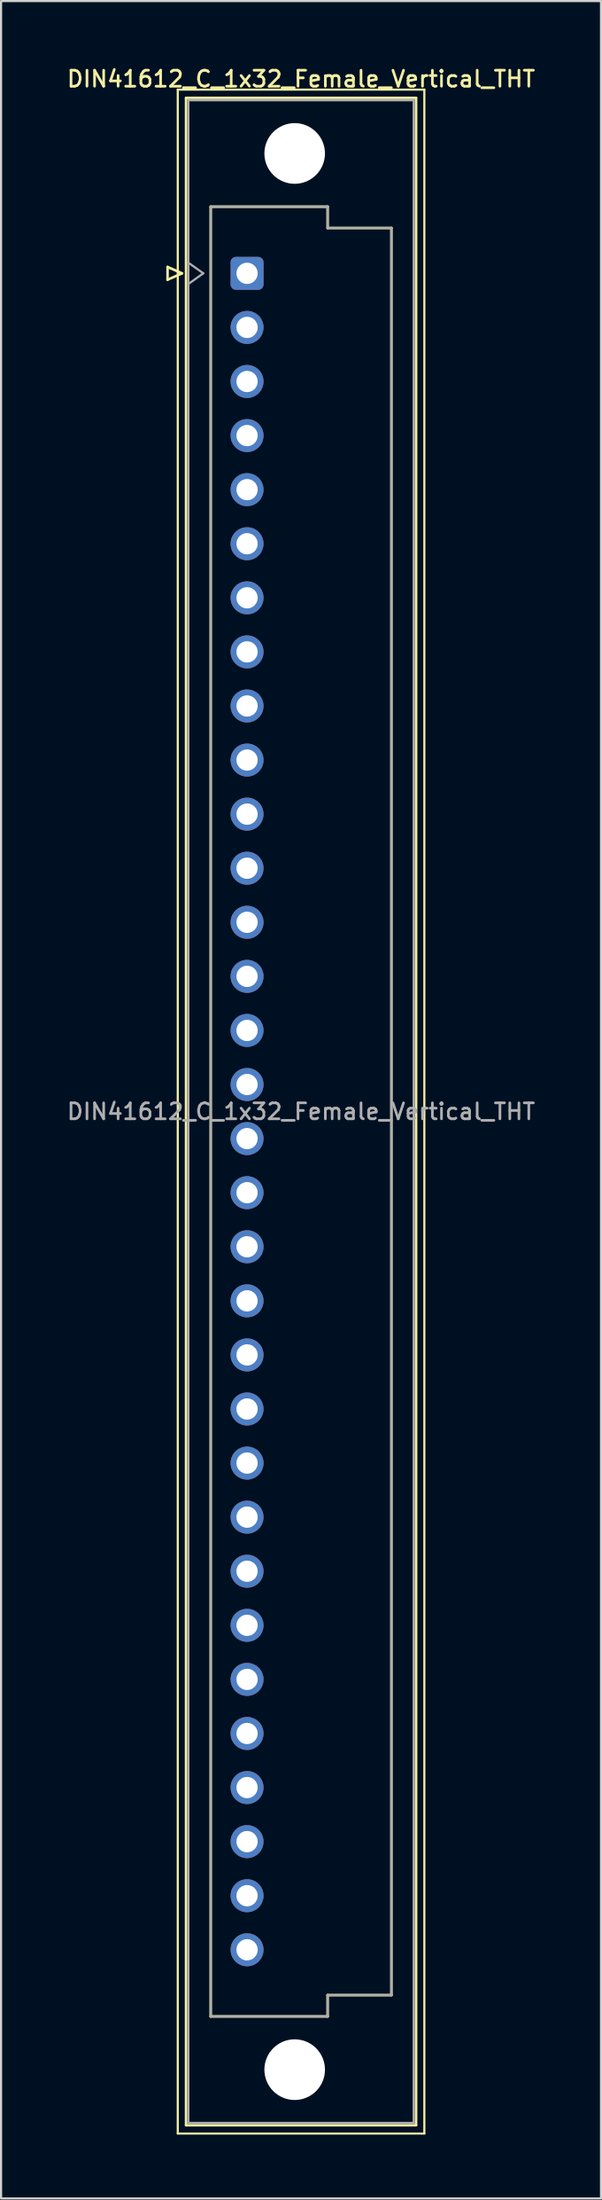
<source format=kicad_pcb>
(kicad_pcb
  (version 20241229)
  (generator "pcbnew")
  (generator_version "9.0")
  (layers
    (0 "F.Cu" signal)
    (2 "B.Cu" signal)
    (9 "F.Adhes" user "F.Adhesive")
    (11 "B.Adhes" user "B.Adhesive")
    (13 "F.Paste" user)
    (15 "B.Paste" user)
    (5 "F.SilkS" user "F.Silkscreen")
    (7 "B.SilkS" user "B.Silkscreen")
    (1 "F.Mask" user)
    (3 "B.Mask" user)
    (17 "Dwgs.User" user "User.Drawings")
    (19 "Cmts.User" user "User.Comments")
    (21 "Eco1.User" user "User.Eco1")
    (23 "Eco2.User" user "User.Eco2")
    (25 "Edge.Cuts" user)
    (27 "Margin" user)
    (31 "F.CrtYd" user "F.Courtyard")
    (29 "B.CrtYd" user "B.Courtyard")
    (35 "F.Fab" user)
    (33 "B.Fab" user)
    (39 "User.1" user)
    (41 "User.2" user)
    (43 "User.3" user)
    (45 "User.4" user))
  (footprint "DIN41612_C_1x32_Female_Vertical_THT"
    (layer "F.Cu")
    (at 8.573 9.788)
    (property "Reference" "DIN41612_C_1x32_Female_Vertical_THT" (at 2.54 -9.13 0) (layer "F.SilkS") (effects (font (size 0.75 0.75) (thickness 0.125))))
    (attr through_hole)
    (fp_line (start -3.74 -0.3) (end -3.74 0.3) (stroke (width 0.12) (type solid)) (layer "F.SilkS"))
    (fp_line (start -3.74 0.3) (end -3.06 0) (stroke (width 0.12) (type solid)) (layer "F.SilkS"))
    (fp_line (start -3.26 -8.63) (end 8.34 -8.63) (stroke (width 0.1) (type solid)) (layer "F.SilkS"))
    (fp_line (start -3.26 87.37) (end -3.26 -8.63) (stroke (width 0.1) (type solid)) (layer "F.SilkS"))
    (fp_line (start -3.06 0) (end -3.74 -0.3) (stroke (width 0.12) (type solid)) (layer "F.SilkS"))
    (fp_line (start -2.87 -8.24) (end 7.95 -8.24) (stroke (width 0.12) (type solid)) (layer "F.SilkS"))
    (fp_line (start -2.87 86.98) (end -2.87 -8.24) (stroke (width 0.12) (type solid)) (layer "F.SilkS"))
    (fp_line (start -1.71 -3.131) (end 3.79 -3.131) (stroke (width 0.12) (type solid)) (layer "F.SilkS"))
    (fp_line (start -1.71 81.87) (end -1.71 -3.131) (stroke (width 0.12) (type solid)) (layer "F.SilkS"))
    (fp_line (start 3.79 -3.131) (end 3.79 -2.131) (stroke (width 0.12) (type solid)) (layer "F.SilkS"))
    (fp_line (start 3.79 -2.131) (end 6.79 -2.131) (stroke (width 0.12) (type solid)) (layer "F.SilkS"))
    (fp_line (start 3.79 80.87) (end 3.79 81.87) (stroke (width 0.12) (type solid)) (layer "F.SilkS"))
    (fp_line (start 3.79 81.87) (end -1.71 81.87) (stroke (width 0.12) (type solid)) (layer "F.SilkS"))
    (fp_line (start 6.79 -2.131) (end 6.79 80.87) (stroke (width 0.12) (type solid)) (layer "F.SilkS"))
    (fp_line (start 6.79 80.87) (end 3.79 80.87) (stroke (width 0.12) (type solid)) (layer "F.SilkS"))
    (fp_line (start 7.95 -8.24) (end 7.95 86.98) (stroke (width 0.12) (type solid)) (layer "F.SilkS"))
    (fp_line (start 7.95 86.98) (end -2.87 86.98) (stroke (width 0.12) (type solid)) (layer "F.SilkS"))
    (fp_line (start 8.34 -8.63) (end 8.34 87.37) (stroke (width 0.1) (type solid)) (layer "F.SilkS"))
    (fp_line (start 8.34 87.37) (end -3.26 87.37) (stroke (width 0.1) (type solid)) (layer "F.SilkS"))
    (fp_line (start -2.76 -8.13) (end 7.84 -8.13) (stroke (width 0.1) (type solid)) (layer "F.Fab"))
    (fp_line (start -2.76 -0.5) (end -2.06 0) (stroke (width 0.1) (type solid)) (layer "F.Fab"))
    (fp_line (start -2.76 86.87) (end -2.76 -8.13) (stroke (width 0.1) (type solid)) (layer "F.Fab"))
    (fp_line (start -2.06 0) (end -2.76 0.5) (stroke (width 0.1) (type solid)) (layer "F.Fab"))
    (fp_line (start -1.71 -3.13) (end 3.79 -3.13) (stroke (width 0.1) (type solid)) (layer "F.Fab"))
    (fp_line (start -1.71 81.87) (end -1.71 -3.13) (stroke (width 0.1) (type solid)) (layer "F.Fab"))
    (fp_line (start 3.79 -3.13) (end 3.79 -2.13) (stroke (width 0.1) (type solid)) (layer "F.Fab"))
    (fp_line (start 3.79 -2.13) (end 6.79 -2.13) (stroke (width 0.1) (type solid)) (layer "F.Fab"))
    (fp_line (start 3.79 80.87) (end 3.79 81.87) (stroke (width 0.1) (type solid)) (layer "F.Fab"))
    (fp_line (start 3.79 81.87) (end -1.71 81.87) (stroke (width 0.1) (type solid)) (layer "F.Fab"))
    (fp_line (start 6.79 -2.13) (end 6.79 80.87) (stroke (width 0.1) (type solid)) (layer "F.Fab"))
    (fp_line (start 6.79 80.87) (end 3.79 80.87) (stroke (width 0.1) (type solid)) (layer "F.Fab"))
    (fp_line (start 7.84 -8.13) (end 7.84 86.87) (stroke (width 0.1) (type solid)) (layer "F.Fab"))
    (fp_line (start 7.84 86.87) (end -2.76 86.87) (stroke (width 0.1) (type solid)) (layer "F.Fab"))
    (fp_text user "${REFERENCE}" (at 2.54 39.37 0) (layer "F.Fab") (effects (font (size 0.75 0.75) (thickness 0.125))))
    (pad "" np_thru_hole circle (at 2.24 -5.63) (size 2.85 2.85) (drill 2.85) (layers "*.Cu" "*.Mask"))
    (pad "" np_thru_hole circle (at 2.24 84.37) (size 2.85 2.85) (drill 2.85) (layers "*.Cu" "*.Mask"))
    (pad "a1" thru_hole roundrect (at 0 0) (size 1.55 1.55) (drill 1) (layers "*.Cu" "*.Mask") (roundrect_rratio 0.161))
    (pad "a2" thru_hole circle (at 0 2.54) (size 1.55 1.55) (drill 1) (layers "*.Cu" "*.Mask"))
    (pad "a3" thru_hole circle (at 0 5.08) (size 1.55 1.55) (drill 1) (layers "*.Cu" "*.Mask"))
    (pad "a4" thru_hole circle (at 0 7.62) (size 1.55 1.55) (drill 1) (layers "*.Cu" "*.Mask"))
    (pad "a5" thru_hole circle (at 0 10.16) (size 1.55 1.55) (drill 1) (layers "*.Cu" "*.Mask"))
    (pad "a6" thru_hole circle (at 0 12.7) (size 1.55 1.55) (drill 1) (layers "*.Cu" "*.Mask"))
    (pad "a7" thru_hole circle (at 0 15.24) (size 1.55 1.55) (drill 1) (layers "*.Cu" "*.Mask"))
    (pad "a8" thru_hole circle (at 0 17.78) (size 1.55 1.55) (drill 1) (layers "*.Cu" "*.Mask"))
    (pad "a9" thru_hole circle (at 0 20.32) (size 1.55 1.55) (drill 1) (layers "*.Cu" "*.Mask"))
    (pad "a10" thru_hole circle (at 0 22.86) (size 1.55 1.55) (drill 1) (layers "*.Cu" "*.Mask"))
    (pad "a11" thru_hole circle (at 0 25.4) (size 1.55 1.55) (drill 1) (layers "*.Cu" "*.Mask"))
    (pad "a12" thru_hole circle (at 0 27.94) (size 1.55 1.55) (drill 1) (layers "*.Cu" "*.Mask"))
    (pad "a13" thru_hole circle (at 0 30.48) (size 1.55 1.55) (drill 1) (layers "*.Cu" "*.Mask"))
    (pad "a14" thru_hole circle (at 0 33.02) (size 1.55 1.55) (drill 1) (layers "*.Cu" "*.Mask"))
    (pad "a15" thru_hole circle (at 0 35.56) (size 1.55 1.55) (drill 1) (layers "*.Cu" "*.Mask"))
    (pad "a16" thru_hole circle (at 0 38.1) (size 1.55 1.55) (drill 1) (layers "*.Cu" "*.Mask"))
    (pad "a17" thru_hole circle (at 0 40.64) (size 1.55 1.55) (drill 1) (layers "*.Cu" "*.Mask"))
    (pad "a18" thru_hole circle (at 0 43.18) (size 1.55 1.55) (drill 1) (layers "*.Cu" "*.Mask"))
    (pad "a19" thru_hole circle (at 0 45.72) (size 1.55 1.55) (drill 1) (layers "*.Cu" "*.Mask"))
    (pad "a20" thru_hole circle (at 0 48.26) (size 1.55 1.55) (drill 1) (layers "*.Cu" "*.Mask"))
    (pad "a21" thru_hole circle (at 0 50.8) (size 1.55 1.55) (drill 1) (layers "*.Cu" "*.Mask"))
    (pad "a22" thru_hole circle (at 0 53.34) (size 1.55 1.55) (drill 1) (layers "*.Cu" "*.Mask"))
    (pad "a23" thru_hole circle (at 0 55.88) (size 1.55 1.55) (drill 1) (layers "*.Cu" "*.Mask"))
    (pad "a24" thru_hole circle (at 0 58.42) (size 1.55 1.55) (drill 1) (layers "*.Cu" "*.Mask"))
    (pad "a25" thru_hole circle (at 0 60.96) (size 1.55 1.55) (drill 1) (layers "*.Cu" "*.Mask"))
    (pad "a26" thru_hole circle (at 0 63.5) (size 1.55 1.55) (drill 1) (layers "*.Cu" "*.Mask"))
    (pad "a27" thru_hole circle (at 0 66.04) (size 1.55 1.55) (drill 1) (layers "*.Cu" "*.Mask"))
    (pad "a28" thru_hole circle (at 0 68.58) (size 1.55 1.55) (drill 1) (layers "*.Cu" "*.Mask"))
    (pad "a29" thru_hole circle (at 0 71.12) (size 1.55 1.55) (drill 1) (layers "*.Cu" "*.Mask"))
    (pad "a30" thru_hole circle (at 0 73.66) (size 1.55 1.55) (drill 1) (layers "*.Cu" "*.Mask"))
    (pad "a31" thru_hole circle (at 0 76.2) (size 1.55 1.55) (drill 1) (layers "*.Cu" "*.Mask"))
    (pad "a32" thru_hole circle (at 0 78.74) (size 1.55 1.55) (drill 1) (layers "*.Cu" "*.Mask")))
  (gr_rect
    (start -3 -3)
    (end 25.225 100.208)
    (stroke (width 0.1) (type default))
    (fill no)
    (layer "Edge.Cuts")))
</source>
